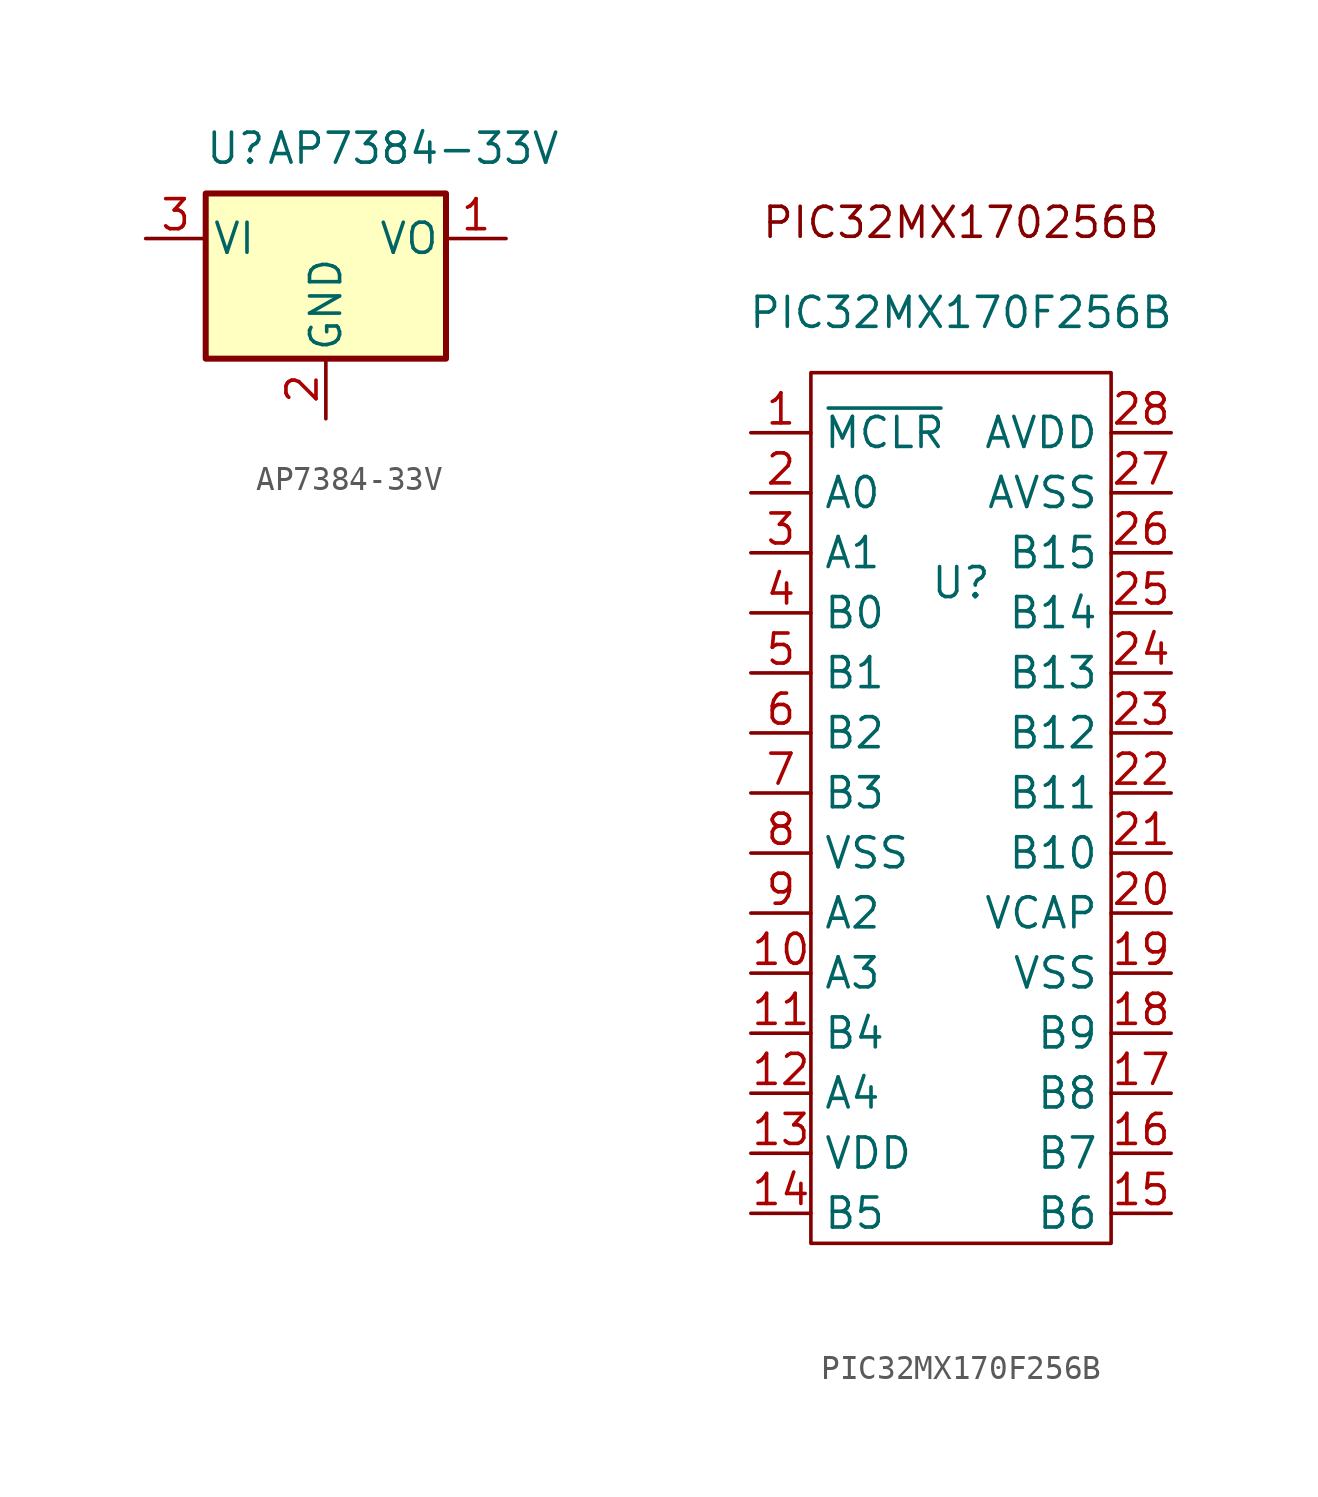
<source format=kicad_sym>
(kicad_symbol_lib
  (version 20220914)
  (generator kicad_symbol_editor)
  (symbol "AP7384-33V"
    (pin_names
      (offset 0.254))
    (property "Reference" "U"
      (at -3.81 3.81 0)
      (effects (font (size 1.27 1.27))))
    (property "Value" "AP7384-33V"
      (at -2.54 3.81 0)
      (effects (font (size 1.27 1.27)) (justify left)))
    (symbol "AP7384-33V_0_1"
      (rectangle (start -5.08 1.905) (end 5.08 -5.08) (stroke (width 0.254) (type default)) (fill (type background))))
    (symbol "AP7384-33V_1_1"
      (pin power_out line (at 7.62 0 180) (length 2.54) (name "VO" (effects (font (size 1.27 1.27)))) (number "1" (effects (font (size 1.27 1.27)))))
      (pin power_in line (at 0 -7.62 90) (length 2.54) (name "GND" (effects (font (size 1.27 1.27)))) (number "2" (effects (font (size 1.27 1.27)))))
      (pin power_in line (at -7.62 0 0) (length 2.54) (name "VI" (effects (font (size 1.27 1.27)))) (number "3" (effects (font (size 1.27 1.27)))))))
  (symbol "PIC32MX170F256B"
    (property "Reference" "U"
      (at 0 0 0)
      (effects (font (size 1.27 1.27))))
    (property "Value" "PIC32MX170F256B"
      (at 0 11.43 0)
      (effects (font (size 1.27 1.27))))
    (symbol "PIC32MX170F256B_1_1"
      (rectangle (start -6.35 8.89) (end 6.35 -27.94) (stroke (width 0) (type default)) (fill (type none)))
      (text "PIC32MX170256B" (at 0 15.24 0) (effects (font (size 1.27 1.27))))
      (pin input line (at -8.89 6.35 0) (length 2.54) (name "~{MCLR}" (effects (font (size 1.27 1.27)))) (number "1" (effects (font (size 1.27 1.27)))))
      (pin input line (at -8.89 -16.51 0) (length 2.54) (name "A3" (effects (font (size 1.27 1.27)))) (number "10" (effects (font (size 1.27 1.27)))))
      (pin input line (at -8.89 -19.05 0) (length 2.54) (name "B4" (effects (font (size 1.27 1.27)))) (number "11" (effects (font (size 1.27 1.27)))))
      (pin input line (at -8.89 -21.59 0) (length 2.54) (name "A4" (effects (font (size 1.27 1.27)))) (number "12" (effects (font (size 1.27 1.27)))))
      (pin input line (at -8.89 -24.13 0) (length 2.54) (name "VDD" (effects (font (size 1.27 1.27)))) (number "13" (effects (font (size 1.27 1.27)))))
      (pin input line (at -8.89 -26.67 0) (length 2.54) (name "B5" (effects (font (size 1.27 1.27)))) (number "14" (effects (font (size 1.27 1.27)))))
      (pin input line (at 8.89 -26.67 180) (length 2.54) (name "B6" (effects (font (size 1.27 1.27)))) (number "15" (effects (font (size 1.27 1.27)))))
      (pin input line (at 8.89 -24.13 180) (length 2.54) (name "B7" (effects (font (size 1.27 1.27)))) (number "16" (effects (font (size 1.27 1.27)))))
      (pin input line (at 8.89 -21.59 180) (length 2.54) (name "B8" (effects (font (size 1.27 1.27)))) (number "17" (effects (font (size 1.27 1.27)))))
      (pin input line (at 8.89 -19.05 180) (length 2.54) (name "B9" (effects (font (size 1.27 1.27)))) (number "18" (effects (font (size 1.27 1.27)))))
      (pin input line (at 8.89 -16.51 180) (length 2.54) (name "VSS" (effects (font (size 1.27 1.27)))) (number "19" (effects (font (size 1.27 1.27)))))
      (pin input line (at -8.89 3.81 0) (length 2.54) (name "A0" (effects (font (size 1.27 1.27)))) (number "2" (effects (font (size 1.27 1.27)))))
      (pin input line (at 8.89 -13.97 180) (length 2.54) (name "VCAP" (effects (font (size 1.27 1.27)))) (number "20" (effects (font (size 1.27 1.27)))))
      (pin input line (at 8.89 -11.43 180) (length 2.54) (name "B10" (effects (font (size 1.27 1.27)))) (number "21" (effects (font (size 1.27 1.27)))))
      (pin input line (at 8.89 -8.89 180) (length 2.54) (name "B11" (effects (font (size 1.27 1.27)))) (number "22" (effects (font (size 1.27 1.27)))))
      (pin input line (at 8.89 -6.35 180) (length 2.54) (name "B12" (effects (font (size 1.27 1.27)))) (number "23" (effects (font (size 1.27 1.27)))))
      (pin input line (at 8.89 -3.81 180) (length 2.54) (name "B13" (effects (font (size 1.27 1.27)))) (number "24" (effects (font (size 1.27 1.27)))))
      (pin input line (at 8.89 -1.27 180) (length 2.54) (name "B14" (effects (font (size 1.27 1.27)))) (number "25" (effects (font (size 1.27 1.27)))))
      (pin input line (at 8.89 1.27 180) (length 2.54) (name "B15" (effects (font (size 1.27 1.27)))) (number "26" (effects (font (size 1.27 1.27)))))
      (pin input line (at 8.89 3.81 180) (length 2.54) (name "AVSS" (effects (font (size 1.27 1.27)))) (number "27" (effects (font (size 1.27 1.27)))))
      (pin input line (at 8.89 6.35 180) (length 2.54) (name "AVDD" (effects (font (size 1.27 1.27)))) (number "28" (effects (font (size 1.27 1.27)))))
      (pin input line (at -8.89 1.27 0) (length 2.54) (name "A1" (effects (font (size 1.27 1.27)))) (number "3" (effects (font (size 1.27 1.27)))))
      (pin input line (at -8.89 -1.27 0) (length 2.54) (name "B0" (effects (font (size 1.27 1.27)))) (number "4" (effects (font (size 1.27 1.27)))))
      (pin input line (at -8.89 -3.81 0) (length 2.54) (name "B1" (effects (font (size 1.27 1.27)))) (number "5" (effects (font (size 1.27 1.27)))))
      (pin input line (at -8.89 -6.35 0) (length 2.54) (name "B2" (effects (font (size 1.27 1.27)))) (number "6" (effects (font (size 1.27 1.27)))))
      (pin input line (at -8.89 -8.89 0) (length 2.54) (name "B3" (effects (font (size 1.27 1.27)))) (number "7" (effects (font (size 1.27 1.27)))))
      (pin input line (at -8.89 -11.43 0) (length 2.54) (name "VSS" (effects (font (size 1.27 1.27)))) (number "8" (effects (font (size 1.27 1.27)))))
      (pin input line (at -8.89 -13.97 0) (length 2.54) (name "A2" (effects (font (size 1.27 1.27)))) (number "9" (effects (font (size 1.27 1.27))))))))
</source>
